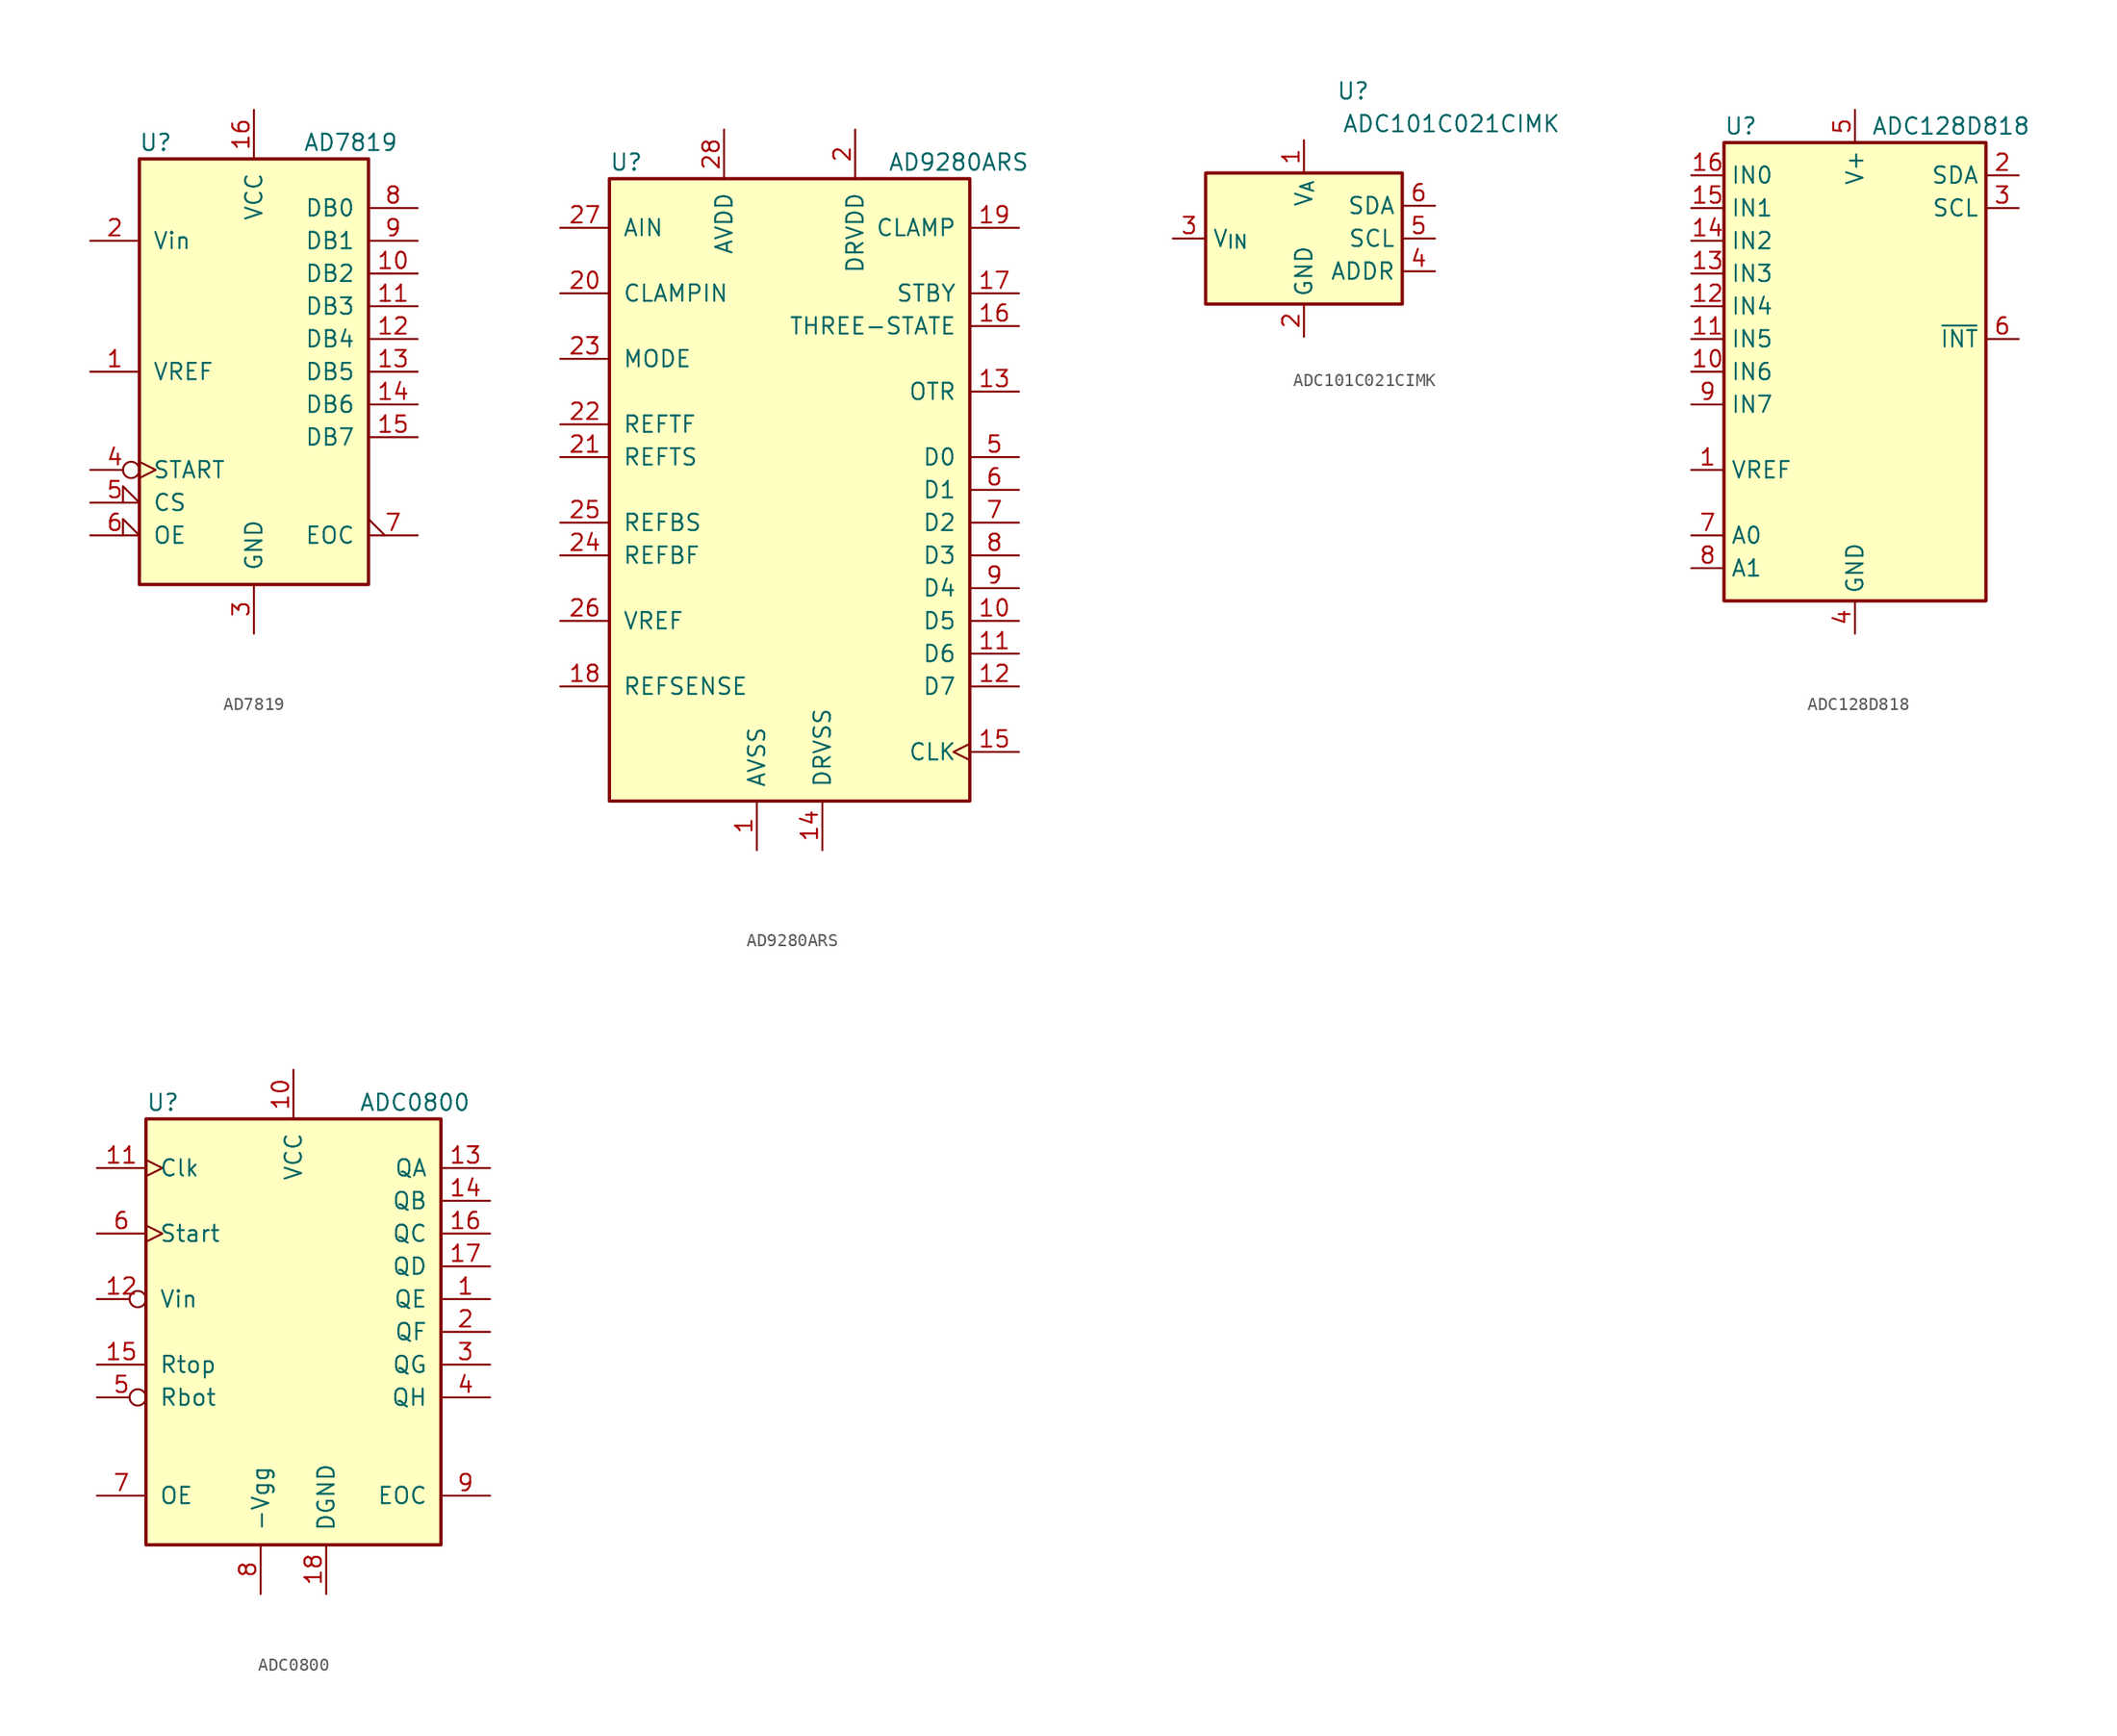
<source format=kicad_sym>
(kicad_symbol_lib
  (version 20220914)
  (generator kicad_symbol_editor)
  (symbol "AD7819"
    (pin_names
      (offset 1.016))
    (property "Reference" "U"
      (at -7.62 17.78 0)
      (effects (font (size 1.27 1.27))))
    (property "Value" "AD7819"
      (at 3.81 17.78 0)
      (effects (font (size 1.27 1.27)) (justify left)))
    (symbol "AD7819_0_1"
      (rectangle (start -8.89 -16.51) (end 8.89 16.51) (stroke (width 0.254) (type default)) (fill (type background))))
    (symbol "AD7819_1_1"
      (pin input line (at -12.7 0 0) (length 3.81) (name "VREF" (effects (font (size 1.27 1.27)))) (number "1" (effects (font (size 1.27 1.27)))))
      (pin tri_state line (at 12.7 7.62 180) (length 3.81) (name "DB2" (effects (font (size 1.27 1.27)))) (number "10" (effects (font (size 1.27 1.27)))))
      (pin tri_state line (at 12.7 5.08 180) (length 3.81) (name "DB3" (effects (font (size 1.27 1.27)))) (number "11" (effects (font (size 1.27 1.27)))))
      (pin tri_state line (at 12.7 2.54 180) (length 3.81) (name "DB4" (effects (font (size 1.27 1.27)))) (number "12" (effects (font (size 1.27 1.27)))))
      (pin tri_state line (at 12.7 0 180) (length 3.81) (name "DB5" (effects (font (size 1.27 1.27)))) (number "13" (effects (font (size 1.27 1.27)))))
      (pin tri_state line (at 12.7 -2.54 180) (length 3.81) (name "DB6" (effects (font (size 1.27 1.27)))) (number "14" (effects (font (size 1.27 1.27)))))
      (pin tri_state line (at 12.7 -5.08 180) (length 3.81) (name "DB7" (effects (font (size 1.27 1.27)))) (number "15" (effects (font (size 1.27 1.27)))))
      (pin power_in line (at 0 20.32 270) (length 3.81) (name "VCC" (effects (font (size 1.27 1.27)))) (number "16" (effects (font (size 1.27 1.27)))))
      (pin input line (at -12.7 10.16 0) (length 3.81) (name "Vin" (effects (font (size 1.27 1.27)))) (number "2" (effects (font (size 1.27 1.27)))))
      (pin power_in line (at 0 -20.32 90) (length 3.81) (name "GND" (effects (font (size 1.27 1.27)))) (number "3" (effects (font (size 1.27 1.27)))))
      (pin input inverted_clock (at -12.7 -7.62 0) (length 3.81) (name "START" (effects (font (size 1.27 1.27)))) (number "4" (effects (font (size 1.27 1.27)))))
      (pin input input_low (at -12.7 -10.16 0) (length 3.81) (name "CS" (effects (font (size 1.27 1.27)))) (number "5" (effects (font (size 1.27 1.27)))))
      (pin input input_low (at -12.7 -12.7 0) (length 3.81) (name "OE" (effects (font (size 1.27 1.27)))) (number "6" (effects (font (size 1.27 1.27)))))
      (pin output output_low (at 12.7 -12.7 180) (length 3.81) (name "EOC" (effects (font (size 1.27 1.27)))) (number "7" (effects (font (size 1.27 1.27)))))
      (pin tri_state line (at 12.7 12.7 180) (length 3.81) (name "DB0" (effects (font (size 1.27 1.27)))) (number "8" (effects (font (size 1.27 1.27)))))
      (pin tri_state line (at 12.7 10.16 180) (length 3.81) (name "DB1" (effects (font (size 1.27 1.27)))) (number "9" (effects (font (size 1.27 1.27)))))))
  (symbol "AD9280ARS"
    (pin_names
      (offset 1.016))
    (property "Reference" "U"
      (at -13.97 25.4 0)
      (effects (font (size 1.27 1.27)) (justify left)))
    (property "Value" "AD9280ARS"
      (at 7.62 25.4 0)
      (effects (font (size 1.27 1.27)) (justify left)))
    (symbol "AD9280ARS_0_1"
      (rectangle (start -13.97 24.13) (end 13.97 -24.13) (stroke (width 0.254) (type default)) (fill (type background))))
    (symbol "AD9280ARS_1_1"
      (pin power_in line (at -2.54 -27.94 90) (length 3.81) (name "AVSS" (effects (font (size 1.27 1.27)))) (number "1" (effects (font (size 1.27 1.27)))))
      (pin output line (at 17.78 -10.16 180) (length 3.81) (name "D5" (effects (font (size 1.27 1.27)))) (number "10" (effects (font (size 1.27 1.27)))))
      (pin output line (at 17.78 -12.7 180) (length 3.81) (name "D6" (effects (font (size 1.27 1.27)))) (number "11" (effects (font (size 1.27 1.27)))))
      (pin output line (at 17.78 -15.24 180) (length 3.81) (name "D7" (effects (font (size 1.27 1.27)))) (number "12" (effects (font (size 1.27 1.27)))))
      (pin output line (at 17.78 7.62 180) (length 3.81) (name "OTR" (effects (font (size 1.27 1.27)))) (number "13" (effects (font (size 1.27 1.27)))))
      (pin power_in line (at 2.54 -27.94 90) (length 3.81) (name "DRVSS" (effects (font (size 1.27 1.27)))) (number "14" (effects (font (size 1.27 1.27)))))
      (pin input clock (at 17.78 -20.32 180) (length 3.81) (name "CLK" (effects (font (size 1.27 1.27)))) (number "15" (effects (font (size 1.27 1.27)))))
      (pin input line (at 17.78 12.7 180) (length 3.81) (name "THREE-STATE" (effects (font (size 1.27 1.27)))) (number "16" (effects (font (size 1.27 1.27)))))
      (pin passive line (at 17.78 15.24 180) (length 3.81) (name "STBY" (effects (font (size 1.27 1.27)))) (number "17" (effects (font (size 1.27 1.27)))))
      (pin input line (at -17.78 -15.24 0) (length 3.81) (name "REFSENSE" (effects (font (size 1.27 1.27)))) (number "18" (effects (font (size 1.27 1.27)))))
      (pin passive line (at 17.78 20.32 180) (length 3.81) (name "CLAMP" (effects (font (size 1.27 1.27)))) (number "19" (effects (font (size 1.27 1.27)))))
      (pin power_in line (at 5.08 27.94 270) (length 3.81) (name "DRVDD" (effects (font (size 1.27 1.27)))) (number "2" (effects (font (size 1.27 1.27)))))
      (pin input line (at -17.78 15.24 0) (length 3.81) (name "CLAMPIN" (effects (font (size 1.27 1.27)))) (number "20" (effects (font (size 1.27 1.27)))))
      (pin input line (at -17.78 2.54 0) (length 3.81) (name "REFTS" (effects (font (size 1.27 1.27)))) (number "21" (effects (font (size 1.27 1.27)))))
      (pin input line (at -17.78 5.08 0) (length 3.81) (name "REFTF" (effects (font (size 1.27 1.27)))) (number "22" (effects (font (size 1.27 1.27)))))
      (pin input line (at -17.78 10.16 0) (length 3.81) (name "MODE" (effects (font (size 1.27 1.27)))) (number "23" (effects (font (size 1.27 1.27)))))
      (pin input line (at -17.78 -5.08 0) (length 3.81) (name "REFBF" (effects (font (size 1.27 1.27)))) (number "24" (effects (font (size 1.27 1.27)))))
      (pin input line (at -17.78 -2.54 0) (length 3.81) (name "REFBS" (effects (font (size 1.27 1.27)))) (number "25" (effects (font (size 1.27 1.27)))))
      (pin output line (at -17.78 -10.16 0) (length 3.81) (name "VREF" (effects (font (size 1.27 1.27)))) (number "26" (effects (font (size 1.27 1.27)))))
      (pin input line (at -17.78 20.32 0) (length 3.81) (name "AIN" (effects (font (size 1.27 1.27)))) (number "27" (effects (font (size 1.27 1.27)))))
      (pin power_in line (at -5.08 27.94 270) (length 3.81) (name "AVDD" (effects (font (size 1.27 1.27)))) (number "28" (effects (font (size 1.27 1.27)))))
      (pin output line (at 17.78 2.54 180) (length 3.81) (name "D0" (effects (font (size 1.27 1.27)))) (number "5" (effects (font (size 1.27 1.27)))))
      (pin output line (at 17.78 0 180) (length 3.81) (name "D1" (effects (font (size 1.27 1.27)))) (number "6" (effects (font (size 1.27 1.27)))))
      (pin output line (at 17.78 -2.54 180) (length 3.81) (name "D2" (effects (font (size 1.27 1.27)))) (number "7" (effects (font (size 1.27 1.27)))))
      (pin output line (at 17.78 -5.08 180) (length 3.81) (name "D3" (effects (font (size 1.27 1.27)))) (number "8" (effects (font (size 1.27 1.27)))))
      (pin output line (at 17.78 -7.62 180) (length 3.81) (name "D4" (effects (font (size 1.27 1.27)))) (number "9" (effects (font (size 1.27 1.27)))))))
  (symbol "ADC101C021CIMK"
    (property "Reference" "U"
      (at 3.81 11.43 0)
      (effects (font (size 1.27 1.27))))
    (property "Value" "ADC101C021CIMK"
      (at 11.43 8.89 0)
      (effects (font (size 1.27 1.27))))
    (symbol "ADC101C021CIMK_0_1"
      (rectangle (start -7.62 5.08) (end 7.62 -5.08) (stroke (width 0.254) (type default)) (fill (type background))))
    (symbol "ADC101C021CIMK_1_1"
      (pin power_in line (at 0 7.62 270) (length 2.54) (name "V_{A}" (effects (font (size 1.27 1.27)))) (number "1" (effects (font (size 1.27 1.27)))))
      (pin power_in line (at 0 -7.62 90) (length 2.54) (name "GND" (effects (font (size 1.27 1.27)))) (number "2" (effects (font (size 1.27 1.27)))))
      (pin input line (at -10.16 0 0) (length 2.54) (name "V_{IN}" (effects (font (size 1.27 1.27)))) (number "3" (effects (font (size 1.27 1.27)))))
      (pin input line (at 10.16 -2.54 180) (length 2.54) (name "ADDR" (effects (font (size 1.27 1.27)))) (number "4" (effects (font (size 1.27 1.27)))))
      (pin input line (at 10.16 0 180) (length 2.54) (name "SCL" (effects (font (size 1.27 1.27)))) (number "5" (effects (font (size 1.27 1.27)))))
      (pin bidirectional line (at 10.16 2.54 180) (length 2.54) (name "SDA" (effects (font (size 1.27 1.27)))) (number "6" (effects (font (size 1.27 1.27)))))))
  (symbol "ADC128D818"
    (property "Reference" "U"
      (at -10.16 19.05 0)
      (effects (font (size 1.27 1.27)) (justify left)))
    (property "Value" "ADC128D818"
      (at 1.27 19.05 0)
      (effects (font (size 1.27 1.27)) (justify left)))
    (symbol "ADC128D818_0_1"
      (rectangle (start -10.16 17.78) (end 10.16 -17.78) (stroke (width 0.254) (type default)) (fill (type background))))
    (symbol "ADC128D818_1_1"
      (pin input line (at -12.7 -7.62 0) (length 2.54) (name "VREF" (effects (font (size 1.27 1.27)))) (number "1" (effects (font (size 1.27 1.27)))))
      (pin input line (at -12.7 0 0) (length 2.54) (name "IN6" (effects (font (size 1.27 1.27)))) (number "10" (effects (font (size 1.27 1.27)))))
      (pin input line (at -12.7 2.54 0) (length 2.54) (name "IN5" (effects (font (size 1.27 1.27)))) (number "11" (effects (font (size 1.27 1.27)))))
      (pin input line (at -12.7 5.08 0) (length 2.54) (name "IN4" (effects (font (size 1.27 1.27)))) (number "12" (effects (font (size 1.27 1.27)))))
      (pin input line (at -12.7 7.62 0) (length 2.54) (name "IN3" (effects (font (size 1.27 1.27)))) (number "13" (effects (font (size 1.27 1.27)))))
      (pin input line (at -12.7 10.16 0) (length 2.54) (name "IN2" (effects (font (size 1.27 1.27)))) (number "14" (effects (font (size 1.27 1.27)))))
      (pin input line (at -12.7 12.7 0) (length 2.54) (name "IN1" (effects (font (size 1.27 1.27)))) (number "15" (effects (font (size 1.27 1.27)))))
      (pin input line (at -12.7 15.24 0) (length 2.54) (name "IN0" (effects (font (size 1.27 1.27)))) (number "16" (effects (font (size 1.27 1.27)))))
      (pin bidirectional line (at 12.7 15.24 180) (length 2.54) (name "SDA" (effects (font (size 1.27 1.27)))) (number "2" (effects (font (size 1.27 1.27)))))
      (pin input line (at 12.7 12.7 180) (length 2.54) (name "SCL" (effects (font (size 1.27 1.27)))) (number "3" (effects (font (size 1.27 1.27)))))
      (pin power_in line (at 0 -20.32 90) (length 2.54) (name "GND" (effects (font (size 1.27 1.27)))) (number "4" (effects (font (size 1.27 1.27)))))
      (pin power_in line (at 0 20.32 270) (length 2.54) (name "V+" (effects (font (size 1.27 1.27)))) (number "5" (effects (font (size 1.27 1.27)))))
      (pin output line (at 12.7 2.54 180) (length 2.54) (name "~{INT}" (effects (font (size 1.27 1.27)))) (number "6" (effects (font (size 1.27 1.27)))))
      (pin input line (at -12.7 -12.7 0) (length 2.54) (name "A0" (effects (font (size 1.27 1.27)))) (number "7" (effects (font (size 1.27 1.27)))))
      (pin input line (at -12.7 -15.24 0) (length 2.54) (name "A1" (effects (font (size 1.27 1.27)))) (number "8" (effects (font (size 1.27 1.27)))))
      (pin input line (at -12.7 -2.54 0) (length 2.54) (name "IN7" (effects (font (size 1.27 1.27)))) (number "9" (effects (font (size 1.27 1.27)))))))
  (symbol "ADC0800"
    (pin_names
      (offset 1.016))
    (property "Reference" "U"
      (at -11.43 17.78 0)
      (effects (font (size 1.27 1.27)) (justify left)))
    (property "Value" "ADC0800"
      (at 5.08 17.78 0)
      (effects (font (size 1.27 1.27)) (justify left)))
    (symbol "ADC0800_0_1"
      (rectangle (start -11.43 -16.51) (end 11.43 16.51) (stroke (width 0.254) (type default)) (fill (type background))))
    (symbol "ADC0800_1_1"
      (pin tri_state line (at 15.24 2.54 180) (length 3.81) (name "QE" (effects (font (size 1.27 1.27)))) (number "1" (effects (font (size 1.27 1.27)))))
      (pin power_in line (at 0 20.32 270) (length 3.81) (name "VCC" (effects (font (size 1.27 1.27)))) (number "10" (effects (font (size 1.27 1.27)))))
      (pin input clock (at -15.24 12.7 0) (length 3.81) (name "Clk" (effects (font (size 1.27 1.27)))) (number "11" (effects (font (size 1.27 1.27)))))
      (pin input inverted (at -15.24 2.54 0) (length 3.81) (name "Vin" (effects (font (size 1.27 1.27)))) (number "12" (effects (font (size 1.27 1.27)))))
      (pin tri_state line (at 15.24 12.7 180) (length 3.81) (name "QA" (effects (font (size 1.27 1.27)))) (number "13" (effects (font (size 1.27 1.27)))))
      (pin tri_state line (at 15.24 10.16 180) (length 3.81) (name "QB" (effects (font (size 1.27 1.27)))) (number "14" (effects (font (size 1.27 1.27)))))
      (pin input line (at -15.24 -2.54 0) (length 3.81) (name "Rtop" (effects (font (size 1.27 1.27)))) (number "15" (effects (font (size 1.27 1.27)))))
      (pin tri_state line (at 15.24 7.62 180) (length 3.81) (name "QC" (effects (font (size 1.27 1.27)))) (number "16" (effects (font (size 1.27 1.27)))))
      (pin tri_state line (at 15.24 5.08 180) (length 3.81) (name "QD" (effects (font (size 1.27 1.27)))) (number "17" (effects (font (size 1.27 1.27)))))
      (pin power_in line (at 2.54 -20.32 90) (length 3.81) (name "DGND" (effects (font (size 1.27 1.27)))) (number "18" (effects (font (size 1.27 1.27)))))
      (pin tri_state line (at 15.24 0 180) (length 3.81) (name "QF" (effects (font (size 1.27 1.27)))) (number "2" (effects (font (size 1.27 1.27)))))
      (pin tri_state line (at 15.24 -2.54 180) (length 3.81) (name "QG" (effects (font (size 1.27 1.27)))) (number "3" (effects (font (size 1.27 1.27)))))
      (pin tri_state line (at 15.24 -5.08 180) (length 3.81) (name "QH" (effects (font (size 1.27 1.27)))) (number "4" (effects (font (size 1.27 1.27)))))
      (pin input inverted (at -15.24 -5.08 0) (length 3.81) (name "Rbot" (effects (font (size 1.27 1.27)))) (number "5" (effects (font (size 1.27 1.27)))))
      (pin input clock (at -15.24 7.62 0) (length 3.81) (name "Start" (effects (font (size 1.27 1.27)))) (number "6" (effects (font (size 1.27 1.27)))))
      (pin input line (at -15.24 -12.7 0) (length 3.81) (name "OE" (effects (font (size 1.27 1.27)))) (number "7" (effects (font (size 1.27 1.27)))))
      (pin power_in line (at -2.54 -20.32 90) (length 3.81) (name "-Vgg" (effects (font (size 1.27 1.27)))) (number "8" (effects (font (size 1.27 1.27)))))
      (pin output line (at 15.24 -12.7 180) (length 3.81) (name "EOC" (effects (font (size 1.27 1.27)))) (number "9" (effects (font (size 1.27 1.27))))))))
</source>
